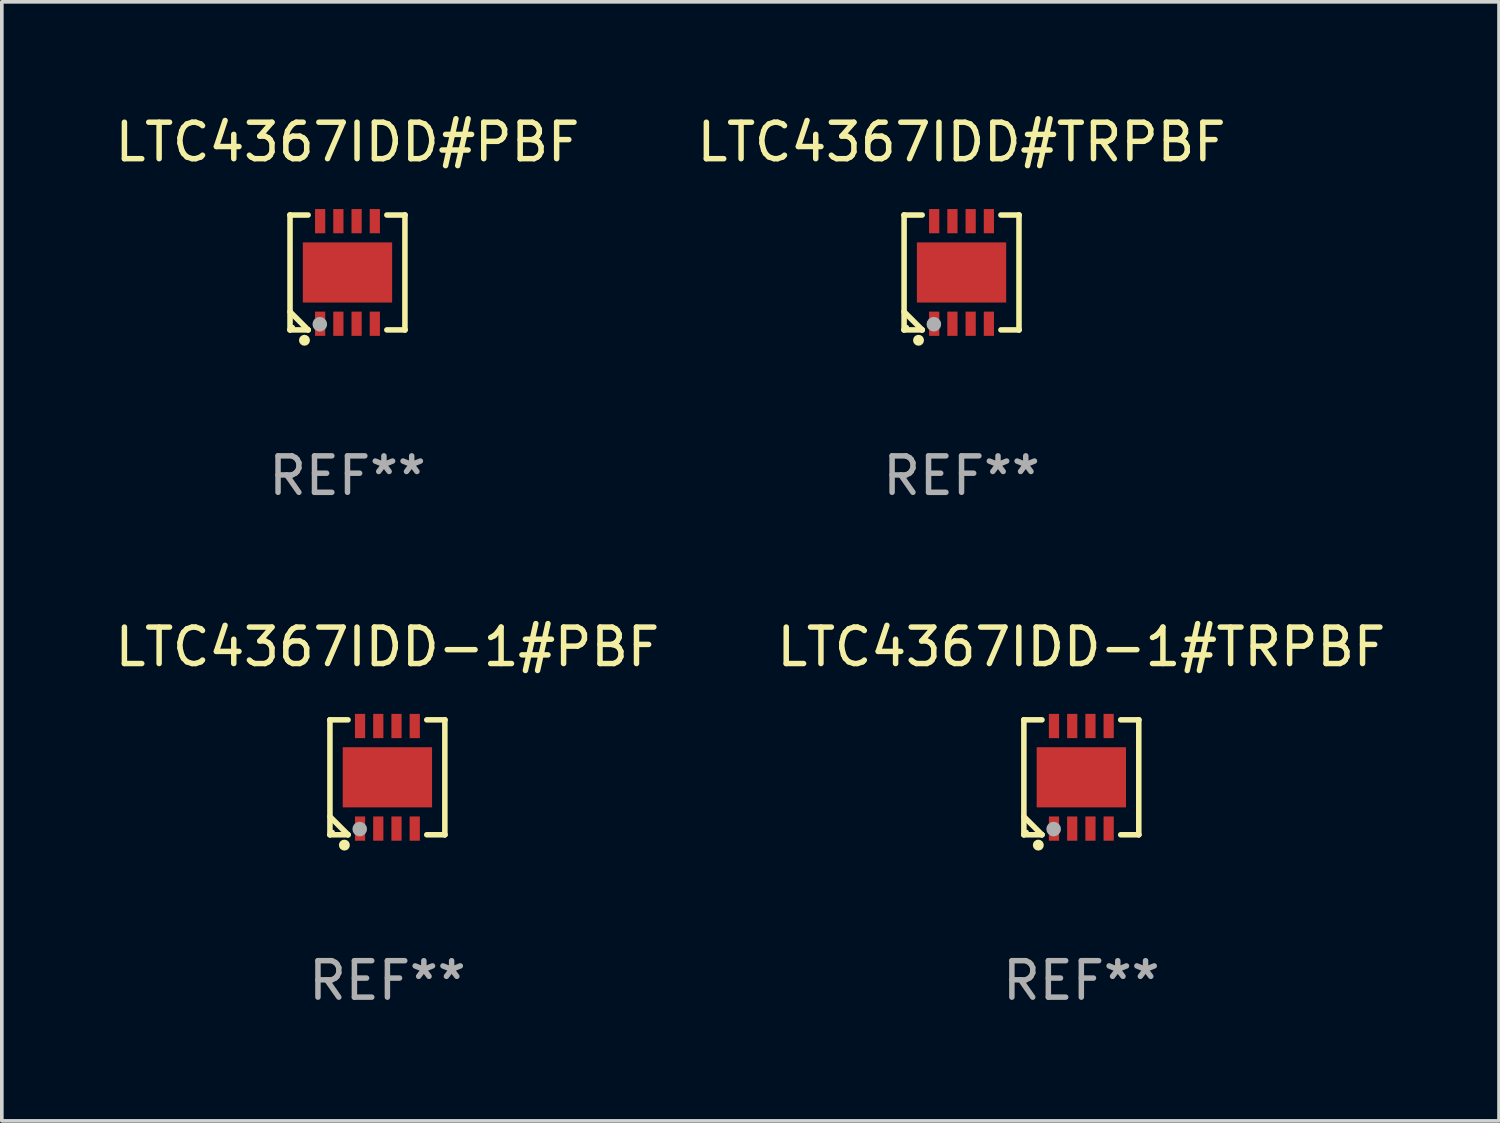
<source format=kicad_pcb>
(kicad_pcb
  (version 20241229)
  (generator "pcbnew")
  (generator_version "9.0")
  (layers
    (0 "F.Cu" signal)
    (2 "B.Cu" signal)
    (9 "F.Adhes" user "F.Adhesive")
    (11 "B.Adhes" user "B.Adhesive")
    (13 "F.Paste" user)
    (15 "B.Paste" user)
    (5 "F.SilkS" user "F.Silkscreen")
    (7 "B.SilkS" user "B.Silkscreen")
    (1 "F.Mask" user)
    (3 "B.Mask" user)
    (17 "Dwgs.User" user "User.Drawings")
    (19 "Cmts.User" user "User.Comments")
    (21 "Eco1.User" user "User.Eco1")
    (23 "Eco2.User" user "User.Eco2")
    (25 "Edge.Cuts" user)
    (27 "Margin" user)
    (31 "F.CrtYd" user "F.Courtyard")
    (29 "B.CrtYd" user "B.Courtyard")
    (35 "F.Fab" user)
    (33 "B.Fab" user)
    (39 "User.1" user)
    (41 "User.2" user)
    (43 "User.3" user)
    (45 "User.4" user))
  (footprint "LTC4367IDD-1#PBF"
    (layer "F.Cu")
    (at 7.577 18.273)
    (property "Reference" "LTC4367IDD-1#PBF" (at 0 -3.576 0) (layer "F.SilkS") (effects (font (size 1 1) (thickness 0.15))))
    (attr through_hole)
    (fp_line (start -1.576 -1.576) (end -1.576 -1.576) (stroke (width 0.152) (type solid)) (layer "F.SilkS"))
    (fp_line (start -1.576 -1.576) (end -1.08 -1.576) (stroke (width 0.152) (type solid)) (layer "F.SilkS"))
    (fp_line (start -1.576 1.576) (end -1.576 -1.576) (stroke (width 0.152) (type solid)) (layer "F.SilkS"))
    (fp_line (start -1.576 1.576) (end -1.576 1.576) (stroke (width 0.152) (type solid)) (layer "F.SilkS"))
    (fp_line (start -1.08 1.575) (end -1.576 1.079) (stroke (width 0.152) (type solid)) (layer "F.SilkS"))
    (fp_line (start -1.08 1.576) (end -1.576 1.576) (stroke (width 0.152) (type solid)) (layer "F.SilkS"))
    (fp_line (start -1.08 1.576) (end -1.08 1.575) (stroke (width 0.152) (type solid)) (layer "F.SilkS"))
    (fp_line (start 1.08 1.576) (end 1.576 1.576) (stroke (width 0.152) (type solid)) (layer "F.SilkS"))
    (fp_line (start 1.576 -1.576) (end 1.08 -1.576) (stroke (width 0.152) (type solid)) (layer "F.SilkS"))
    (fp_line (start 1.576 -1.576) (end 1.576 -1.576) (stroke (width 0.152) (type solid)) (layer "F.SilkS"))
    (fp_line (start 1.576 1.576) (end 1.576 -1.576) (stroke (width 0.152) (type solid)) (layer "F.SilkS"))
    (fp_line (start 1.576 1.576) (end 1.576 1.576) (stroke (width 0.152) (type solid)) (layer "F.SilkS"))
    (fp_circle (center -1.5 1.5) (end -1.47 1.5) (stroke (width 0.06) (type solid)) (fill no) (layer "F.SilkS"))
    (fp_circle (center -1.18 1.86) (end -1.105 1.86) (stroke (width 0.15) (type solid)) (fill no) (layer "F.SilkS"))
    (fp_circle (center -0.76 1.42) (end -0.66 1.42) (stroke (width 0.2) (type solid)) (fill no) (layer "F.Fab"))
    (fp_text user "REF**" (at 0 5.576 0) (layer "F.Fab") (effects (font (size 1 1) (thickness 0.15))))
    (pad "1" smd rect (at -0.75 1.407) (size 0.28 0.665) (layers "F.Cu" "F.Mask" "F.Paste"))
    (pad "2" smd rect (at -0.25 1.407) (size 0.28 0.665) (layers "F.Cu" "F.Mask" "F.Paste"))
    (pad "3" smd rect (at 0.25 1.407) (size 0.28 0.665) (layers "F.Cu" "F.Mask" "F.Paste"))
    (pad "4" smd rect (at 0.75 1.407) (size 0.28 0.665) (layers "F.Cu" "F.Mask" "F.Paste"))
    (pad "5" smd rect (at 0.75 -1.407) (size 0.28 0.665) (layers "F.Cu" "F.Mask" "F.Paste"))
    (pad "6" smd rect (at 0.25 -1.407) (size 0.28 0.665) (layers "F.Cu" "F.Mask" "F.Paste"))
    (pad "7" smd rect (at -0.25 -1.407) (size 0.28 0.665) (layers "F.Cu" "F.Mask" "F.Paste"))
    (pad "8" smd rect (at -0.75 -1.407) (size 0.28 0.665) (layers "F.Cu" "F.Mask" "F.Paste"))
    (pad "9" smd rect (at 0 0) (size 2.45 1.65) (layers "F.Cu" "F.Mask" "F.Paste")))
  (footprint "LTC4367IDD#TRPBF"
    (layer "F.Cu")
    (at 23.327 4.424)
    (property "Reference" "LTC4367IDD#TRPBF" (at 0 -3.576 0) (layer "F.SilkS") (effects (font (size 1 1) (thickness 0.15))))
    (attr through_hole)
    (fp_line (start -1.576 -1.576) (end -1.576 -1.576) (stroke (width 0.152) (type solid)) (layer "F.SilkS"))
    (fp_line (start -1.576 -1.576) (end -1.08 -1.576) (stroke (width 0.152) (type solid)) (layer "F.SilkS"))
    (fp_line (start -1.576 1.576) (end -1.576 -1.576) (stroke (width 0.152) (type solid)) (layer "F.SilkS"))
    (fp_line (start -1.576 1.576) (end -1.576 1.576) (stroke (width 0.152) (type solid)) (layer "F.SilkS"))
    (fp_line (start -1.08 1.575) (end -1.576 1.079) (stroke (width 0.152) (type solid)) (layer "F.SilkS"))
    (fp_line (start -1.08 1.576) (end -1.576 1.576) (stroke (width 0.152) (type solid)) (layer "F.SilkS"))
    (fp_line (start -1.08 1.576) (end -1.08 1.575) (stroke (width 0.152) (type solid)) (layer "F.SilkS"))
    (fp_line (start 1.08 1.576) (end 1.576 1.576) (stroke (width 0.152) (type solid)) (layer "F.SilkS"))
    (fp_line (start 1.576 -1.576) (end 1.08 -1.576) (stroke (width 0.152) (type solid)) (layer "F.SilkS"))
    (fp_line (start 1.576 -1.576) (end 1.576 -1.576) (stroke (width 0.152) (type solid)) (layer "F.SilkS"))
    (fp_line (start 1.576 1.576) (end 1.576 -1.576) (stroke (width 0.152) (type solid)) (layer "F.SilkS"))
    (fp_line (start 1.576 1.576) (end 1.576 1.576) (stroke (width 0.152) (type solid)) (layer "F.SilkS"))
    (fp_circle (center -1.5 1.5) (end -1.47 1.5) (stroke (width 0.06) (type solid)) (fill no) (layer "F.SilkS"))
    (fp_circle (center -1.18 1.86) (end -1.105 1.86) (stroke (width 0.15) (type solid)) (fill no) (layer "F.SilkS"))
    (fp_circle (center -0.76 1.42) (end -0.66 1.42) (stroke (width 0.2) (type solid)) (fill no) (layer "F.Fab"))
    (fp_text user "REF**" (at 0 5.576 0) (layer "F.Fab") (effects (font (size 1 1) (thickness 0.15))))
    (pad "1" smd rect (at -0.75 1.407) (size 0.28 0.665) (layers "F.Cu" "F.Mask" "F.Paste"))
    (pad "2" smd rect (at -0.25 1.407) (size 0.28 0.665) (layers "F.Cu" "F.Mask" "F.Paste"))
    (pad "3" smd rect (at 0.25 1.407) (size 0.28 0.665) (layers "F.Cu" "F.Mask" "F.Paste"))
    (pad "4" smd rect (at 0.75 1.407) (size 0.28 0.665) (layers "F.Cu" "F.Mask" "F.Paste"))
    (pad "5" smd rect (at 0.75 -1.407) (size 0.28 0.665) (layers "F.Cu" "F.Mask" "F.Paste"))
    (pad "6" smd rect (at 0.25 -1.407) (size 0.28 0.665) (layers "F.Cu" "F.Mask" "F.Paste"))
    (pad "7" smd rect (at -0.25 -1.407) (size 0.28 0.665) (layers "F.Cu" "F.Mask" "F.Paste"))
    (pad "8" smd rect (at -0.75 -1.407) (size 0.28 0.665) (layers "F.Cu" "F.Mask" "F.Paste"))
    (pad "9" smd rect (at 0 0) (size 2.45 1.65) (layers "F.Cu" "F.Mask" "F.Paste")))
  (footprint "LTC4367IDD-1#TRPBF"
    (layer "F.Cu")
    (at 26.613 18.273)
    (property "Reference" "LTC4367IDD-1#TRPBF" (at 0 -3.576 0) (layer "F.SilkS") (effects (font (size 1 1) (thickness 0.15))))
    (attr through_hole)
    (fp_line (start -1.576 -1.576) (end -1.576 -1.576) (stroke (width 0.152) (type solid)) (layer "F.SilkS"))
    (fp_line (start -1.576 -1.576) (end -1.08 -1.576) (stroke (width 0.152) (type solid)) (layer "F.SilkS"))
    (fp_line (start -1.576 1.576) (end -1.576 -1.576) (stroke (width 0.152) (type solid)) (layer "F.SilkS"))
    (fp_line (start -1.576 1.576) (end -1.576 1.576) (stroke (width 0.152) (type solid)) (layer "F.SilkS"))
    (fp_line (start -1.08 1.575) (end -1.576 1.079) (stroke (width 0.152) (type solid)) (layer "F.SilkS"))
    (fp_line (start -1.08 1.576) (end -1.576 1.576) (stroke (width 0.152) (type solid)) (layer "F.SilkS"))
    (fp_line (start -1.08 1.576) (end -1.08 1.575) (stroke (width 0.152) (type solid)) (layer "F.SilkS"))
    (fp_line (start 1.08 1.576) (end 1.576 1.576) (stroke (width 0.152) (type solid)) (layer "F.SilkS"))
    (fp_line (start 1.576 -1.576) (end 1.08 -1.576) (stroke (width 0.152) (type solid)) (layer "F.SilkS"))
    (fp_line (start 1.576 -1.576) (end 1.576 -1.576) (stroke (width 0.152) (type solid)) (layer "F.SilkS"))
    (fp_line (start 1.576 1.576) (end 1.576 -1.576) (stroke (width 0.152) (type solid)) (layer "F.SilkS"))
    (fp_line (start 1.576 1.576) (end 1.576 1.576) (stroke (width 0.152) (type solid)) (layer "F.SilkS"))
    (fp_circle (center -1.5 1.5) (end -1.47 1.5) (stroke (width 0.06) (type solid)) (fill no) (layer "F.SilkS"))
    (fp_circle (center -1.18 1.86) (end -1.105 1.86) (stroke (width 0.15) (type solid)) (fill no) (layer "F.SilkS"))
    (fp_circle (center -0.76 1.42) (end -0.66 1.42) (stroke (width 0.2) (type solid)) (fill no) (layer "F.Fab"))
    (fp_text user "REF**" (at 0 5.576 0) (layer "F.Fab") (effects (font (size 1 1) (thickness 0.15))))
    (pad "1" smd rect (at -0.75 1.407) (size 0.28 0.665) (layers "F.Cu" "F.Mask" "F.Paste"))
    (pad "2" smd rect (at -0.25 1.407) (size 0.28 0.665) (layers "F.Cu" "F.Mask" "F.Paste"))
    (pad "3" smd rect (at 0.25 1.407) (size 0.28 0.665) (layers "F.Cu" "F.Mask" "F.Paste"))
    (pad "4" smd rect (at 0.75 1.407) (size 0.28 0.665) (layers "F.Cu" "F.Mask" "F.Paste"))
    (pad "5" smd rect (at 0.75 -1.407) (size 0.28 0.665) (layers "F.Cu" "F.Mask" "F.Paste"))
    (pad "6" smd rect (at 0.25 -1.407) (size 0.28 0.665) (layers "F.Cu" "F.Mask" "F.Paste"))
    (pad "7" smd rect (at -0.25 -1.407) (size 0.28 0.665) (layers "F.Cu" "F.Mask" "F.Paste"))
    (pad "8" smd rect (at -0.75 -1.407) (size 0.28 0.665) (layers "F.Cu" "F.Mask" "F.Paste"))
    (pad "9" smd rect (at 0 0) (size 2.45 1.65) (layers "F.Cu" "F.Mask" "F.Paste")))
  (footprint "LTC4367IDD#PBF"
    (layer "F.Cu")
    (at 6.482 4.424)
    (property "Reference" "LTC4367IDD#PBF" (at 0 -3.576 0) (layer "F.SilkS") (effects (font (size 1 1) (thickness 0.15))))
    (attr through_hole)
    (fp_line (start -1.576 -1.576) (end -1.576 -1.576) (stroke (width 0.152) (type solid)) (layer "F.SilkS"))
    (fp_line (start -1.576 -1.576) (end -1.08 -1.576) (stroke (width 0.152) (type solid)) (layer "F.SilkS"))
    (fp_line (start -1.576 1.576) (end -1.576 -1.576) (stroke (width 0.152) (type solid)) (layer "F.SilkS"))
    (fp_line (start -1.576 1.576) (end -1.576 1.576) (stroke (width 0.152) (type solid)) (layer "F.SilkS"))
    (fp_line (start -1.08 1.575) (end -1.576 1.079) (stroke (width 0.152) (type solid)) (layer "F.SilkS"))
    (fp_line (start -1.08 1.576) (end -1.576 1.576) (stroke (width 0.152) (type solid)) (layer "F.SilkS"))
    (fp_line (start -1.08 1.576) (end -1.08 1.575) (stroke (width 0.152) (type solid)) (layer "F.SilkS"))
    (fp_line (start 1.08 1.576) (end 1.576 1.576) (stroke (width 0.152) (type solid)) (layer "F.SilkS"))
    (fp_line (start 1.576 -1.576) (end 1.08 -1.576) (stroke (width 0.152) (type solid)) (layer "F.SilkS"))
    (fp_line (start 1.576 -1.576) (end 1.576 -1.576) (stroke (width 0.152) (type solid)) (layer "F.SilkS"))
    (fp_line (start 1.576 1.576) (end 1.576 -1.576) (stroke (width 0.152) (type solid)) (layer "F.SilkS"))
    (fp_line (start 1.576 1.576) (end 1.576 1.576) (stroke (width 0.152) (type solid)) (layer "F.SilkS"))
    (fp_circle (center -1.5 1.5) (end -1.47 1.5) (stroke (width 0.06) (type solid)) (fill no) (layer "F.SilkS"))
    (fp_circle (center -1.18 1.86) (end -1.105 1.86) (stroke (width 0.15) (type solid)) (fill no) (layer "F.SilkS"))
    (fp_circle (center -0.76 1.42) (end -0.66 1.42) (stroke (width 0.2) (type solid)) (fill no) (layer "F.Fab"))
    (fp_text user "REF**" (at 0 5.576 0) (layer "F.Fab") (effects (font (size 1 1) (thickness 0.15))))
    (pad "1" smd rect (at -0.75 1.407) (size 0.28 0.665) (layers "F.Cu" "F.Mask" "F.Paste"))
    (pad "2" smd rect (at -0.25 1.407) (size 0.28 0.665) (layers "F.Cu" "F.Mask" "F.Paste"))
    (pad "3" smd rect (at 0.25 1.407) (size 0.28 0.665) (layers "F.Cu" "F.Mask" "F.Paste"))
    (pad "4" smd rect (at 0.75 1.407) (size 0.28 0.665) (layers "F.Cu" "F.Mask" "F.Paste"))
    (pad "5" smd rect (at 0.75 -1.407) (size 0.28 0.665) (layers "F.Cu" "F.Mask" "F.Paste"))
    (pad "6" smd rect (at 0.25 -1.407) (size 0.28 0.665) (layers "F.Cu" "F.Mask" "F.Paste"))
    (pad "7" smd rect (at -0.25 -1.407) (size 0.28 0.665) (layers "F.Cu" "F.Mask" "F.Paste"))
    (pad "8" smd rect (at -0.75 -1.407) (size 0.28 0.665) (layers "F.Cu" "F.Mask" "F.Paste"))
    (pad "9" smd rect (at 0 0) (size 2.45 1.65) (layers "F.Cu" "F.Mask" "F.Paste")))
  (gr_rect
    (start -3 -3)
    (end 38.071 27.698)
    (stroke (width 0.1) (type default))
    (fill no)
    (layer "Edge.Cuts")))
</source>
